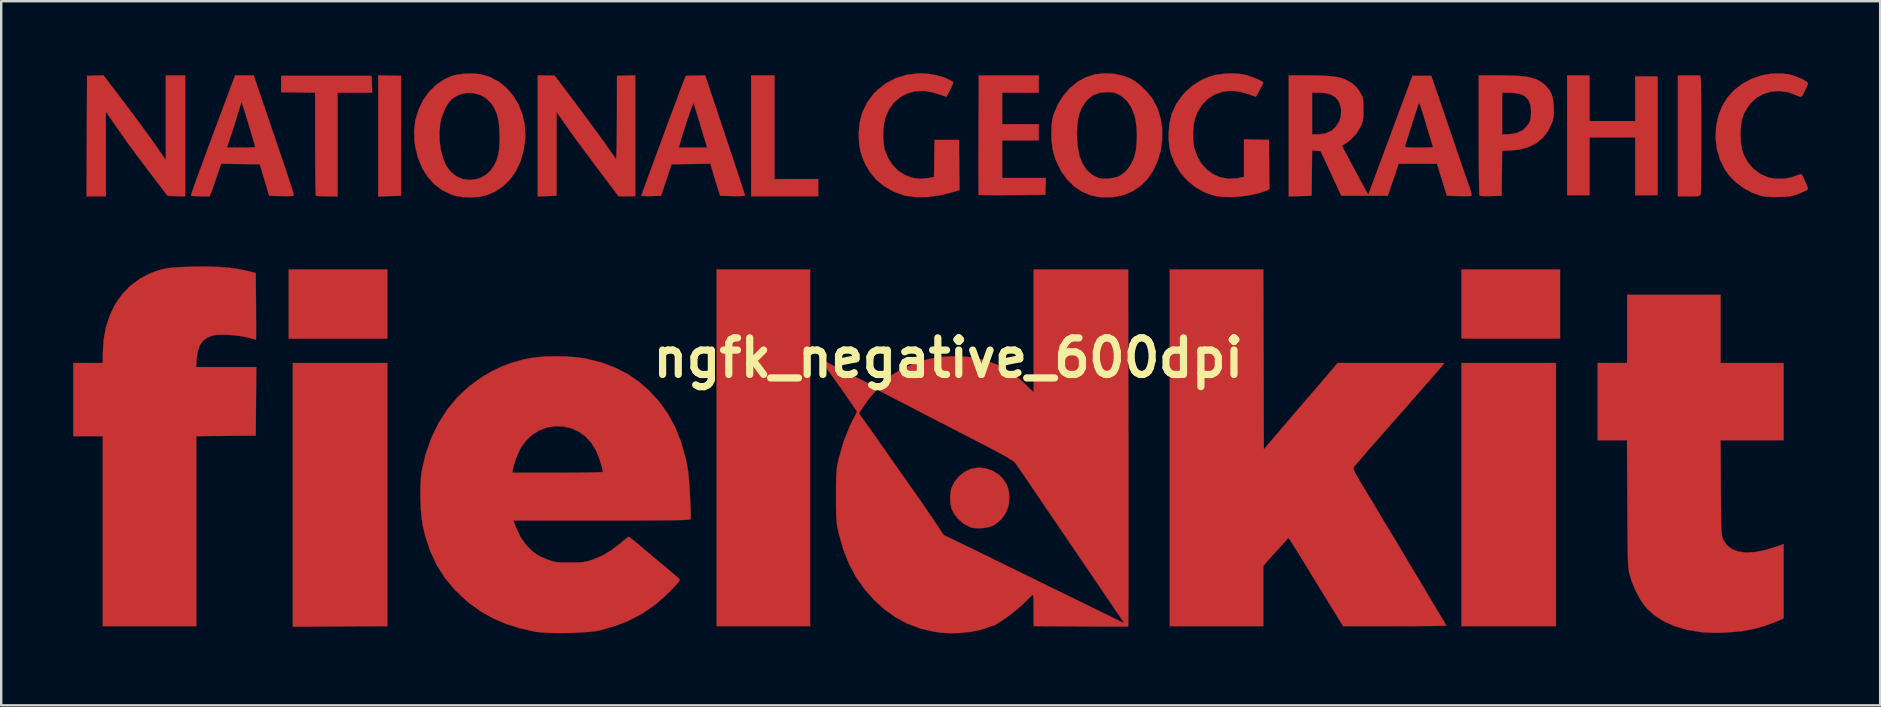
<source format=kicad_pcb>
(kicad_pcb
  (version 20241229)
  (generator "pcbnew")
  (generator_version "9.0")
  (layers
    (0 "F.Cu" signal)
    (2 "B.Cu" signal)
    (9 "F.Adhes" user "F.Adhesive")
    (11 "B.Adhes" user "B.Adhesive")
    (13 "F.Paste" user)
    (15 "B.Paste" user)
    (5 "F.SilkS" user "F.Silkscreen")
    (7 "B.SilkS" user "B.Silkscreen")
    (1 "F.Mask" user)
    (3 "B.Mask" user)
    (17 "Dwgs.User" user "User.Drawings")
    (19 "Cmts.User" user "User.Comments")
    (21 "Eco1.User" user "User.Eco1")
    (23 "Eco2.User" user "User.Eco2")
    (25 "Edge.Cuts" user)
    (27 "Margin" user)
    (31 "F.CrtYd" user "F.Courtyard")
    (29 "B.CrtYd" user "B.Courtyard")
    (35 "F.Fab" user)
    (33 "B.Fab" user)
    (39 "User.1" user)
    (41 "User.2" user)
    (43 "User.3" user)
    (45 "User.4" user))
  (footprint "ngfk_negative_600dpi"
    (layer "F.Cu")
    (at 36.454 11.859)
    (property "Reference" "ngfk_negative_600dpi" (at 0 0 0) (layer "F.SilkS") (effects (font (size 1.524 1.524) (thickness 0.3))))
    (attr through_hole)
    (fp_poly (pts (xy -23.368 -0.804) (xy -27.474 -0.804) (xy -27.474 -3.683) (xy -23.368 -3.683) (xy -23.368 -0.804)) (stroke (width 0.01) (type solid)) (fill yes) (layer "F.Cu"))
    (fp_poly (pts (xy -5.757 11.176) (xy -9.652 11.176) (xy -9.652 -3.683) (xy -5.757 -3.683) (xy -5.757 11.176)) (stroke (width 0.01) (type solid)) (fill yes) (layer "F.Cu"))
    (fp_poly (pts (xy 25.315 11.176) (xy 21.378 11.176) (xy 21.378 0.212) (xy 25.315 0.212) (xy 25.315 11.176)) (stroke (width 0.01) (type solid)) (fill yes) (layer "F.Cu"))
    (fp_poly (pts (xy 25.485 -0.804) (xy 21.378 -0.804) (xy 21.378 -3.683) (xy 25.485 -3.683) (xy 25.485 -0.804)) (stroke (width 0.01) (type solid)) (fill yes) (layer "F.Cu"))
    (fp_poly (pts (xy -23.368 11.174) (xy -25.337 11.186) (xy -27.305 11.197) (xy -27.305 5.704) (xy -27.305 0.212) (xy -23.368 0.212) (xy -23.368 11.174)) (stroke (width 0.01) (type solid)) (fill yes) (layer "F.Cu"))
    (fp_poly (pts (xy -23.273 -11.759) (xy -22.797 -11.748) (xy -22.797 -6.752) (xy -23.273 -6.74) (xy -23.749 -6.728) (xy -23.749 -11.771) (xy -23.273 -11.759)) (stroke (width 0.01) (type solid)) (fill yes) (layer "F.Cu"))
    (fp_poly (pts (xy -7.239 -7.451) (xy -5.419 -7.451) (xy -5.419 -6.731) (xy -8.213 -6.731) (xy -8.213 -11.769) (xy -7.239 -11.769) (xy -7.239 -7.451)) (stroke (width 0.01) (type solid)) (fill yes) (layer "F.Cu"))
    (fp_poly (pts (xy 26.712 -9.864) (xy 28.617 -9.864) (xy 28.617 -11.726) (xy 29.549 -11.726) (xy 29.549 -6.773) (xy 28.617 -6.773) (xy 28.617 -9.186) (xy 26.712 -9.186) (xy 26.712 -6.773) (xy 25.781 -6.773) (xy 25.781 -11.769) (xy 26.712 -11.769) (xy 26.712 -9.864)) (stroke (width 0.01) (type solid)) (fill yes) (layer "F.Cu"))
    (fp_poly (pts (xy -24.012 -11.398) (xy -24 -11.049) (xy -25.442 -11.049) (xy -25.442 -6.731) (xy -25.88 -6.731) (xy -26.064 -6.734) (xy -26.216 -6.741) (xy -26.316 -6.751) (xy -26.345 -6.759) (xy -26.351 -6.806) (xy -26.356 -6.929) (xy -26.361 -7.121) (xy -26.365 -7.372) (xy -26.368 -7.676) (xy -26.371 -8.024) (xy -26.373 -8.408) (xy -26.374 -8.82) (xy -26.374 -8.917) (xy -26.374 -11.047) (xy -27.083 -11.059) (xy -27.792 -11.07) (xy -27.792 -11.748) (xy -24.024 -11.748) (xy -24.012 -11.398)) (stroke (width 0.01) (type solid)) (fill yes) (layer "F.Cu"))
    (fp_poly (pts (xy 31.343 -11.636) (xy 31.348 -11.567) (xy 31.353 -11.424) (xy 31.357 -11.216) (xy 31.36 -10.952) (xy 31.363 -10.643) (xy 31.365 -10.298) (xy 31.367 -9.927) (xy 31.368 -9.538) (xy 31.368 -9.142) (xy 31.367 -8.749) (xy 31.366 -8.367) (xy 31.365 -8.006) (xy 31.362 -7.676) (xy 31.359 -7.387) (xy 31.355 -7.147) (xy 31.351 -6.967) (xy 31.346 -6.856) (xy 31.342 -6.826) (xy 31.327 -6.784) (xy 31.296 -6.757) (xy 31.236 -6.741) (xy 31.129 -6.733) (xy 30.961 -6.731) (xy 30.856 -6.731) (xy 30.395 -6.731) (xy 30.395 -11.769) (xy 31.316 -11.769) (xy 31.343 -11.636)) (stroke (width 0.01) (type solid)) (fill yes) (layer "F.Cu"))
    (fp_poly (pts (xy 2.52 -11.769) (xy 3.768 -11.769) (xy 3.768 -11.049) (xy 2.244 -11.049) (xy 2.244 -9.737) (xy 3.768 -9.737) (xy 3.768 -9.059) (xy 2.244 -9.059) (xy 2.244 -7.493) (xy 4.067 -7.493) (xy 4.055 -7.144) (xy 4.043 -6.795) (xy 2.664 -6.783) (xy 2.331 -6.781) (xy 2.026 -6.78) (xy 1.759 -6.781) (xy 1.539 -6.782) (xy 1.379 -6.784) (xy 1.286 -6.788) (xy 1.267 -6.79) (xy 1.264 -6.835) (xy 1.261 -6.957) (xy 1.259 -7.148) (xy 1.258 -7.401) (xy 1.257 -7.71) (xy 1.257 -8.065) (xy 1.257 -8.461) (xy 1.259 -8.889) (xy 1.26 -9.289) (xy 1.271 -11.769) (xy 2.52 -11.769)) (stroke (width 0.01) (type solid)) (fill yes) (layer "F.Cu"))
    (fp_poly (pts (xy 1.585 4.608) (xy 1.87 4.713) (xy 2.123 4.88) (xy 2.291 5.056) (xy 2.419 5.252) (xy 2.496 5.449) (xy 2.533 5.678) (xy 2.54 5.868) (xy 2.499 6.19) (xy 2.383 6.482) (xy 2.198 6.734) (xy 1.952 6.934) (xy 1.856 6.988) (xy 1.674 7.052) (xy 1.449 7.09) (xy 1.215 7.1) (xy 1.007 7.078) (xy 0.919 7.054) (xy 0.643 6.91) (xy 0.406 6.708) (xy 0.223 6.462) (xy 0.129 6.252) (xy 0.09 6.057) (xy 0.078 5.824) (xy 0.094 5.594) (xy 0.129 5.432) (xy 0.257 5.166) (xy 0.45 4.931) (xy 0.69 4.742) (xy 0.958 4.619) (xy 0.992 4.609) (xy 1.286 4.571) (xy 1.585 4.608)) (stroke (width 0.01) (type solid)) (fill yes) (layer "F.Cu"))
    (fp_poly (pts (xy -34.926 -11.421) (xy -34.596 -10.989) (xy -34.272 -10.561) (xy -33.963 -10.149) (xy -33.676 -9.762) (xy -33.417 -9.41) (xy -33.195 -9.102) (xy -33.016 -8.85) (xy -32.989 -8.811) (xy -32.597 -8.244) (xy -32.597 -11.769) (xy -31.792 -11.769) (xy -31.792 -6.728) (xy -32.159 -6.74) (xy -32.525 -6.752) (xy -33.281 -7.747) (xy -33.484 -8.015) (xy -33.68 -8.276) (xy -33.861 -8.517) (xy -34.017 -8.727) (xy -34.141 -8.894) (xy -34.222 -9.008) (xy -34.229 -9.017) (xy -34.329 -9.16) (xy -34.461 -9.348) (xy -34.607 -9.558) (xy -34.752 -9.766) (xy -34.758 -9.775) (xy -35.094 -10.258) (xy -35.094 -6.731) (xy -35.899 -6.731) (xy -35.877 -11.748) (xy -35.536 -11.76) (xy -35.195 -11.772) (xy -34.926 -11.421)) (stroke (width 0.01) (type solid)) (fill yes) (layer "F.Cu"))
    (fp_poly (pts (xy -13.039 -6.731) (xy -13.388 -6.732) (xy -13.737 -6.734) (xy -14.318 -7.505) (xy -14.738 -8.063) (xy -15.107 -8.558) (xy -15.425 -8.988) (xy -15.692 -9.354) (xy -15.907 -9.655) (xy -16.061 -9.877) (xy -16.164 -10.028) (xy -16.248 -10.149) (xy -16.301 -10.225) (xy -16.315 -10.245) (xy -16.316 -10.204) (xy -16.317 -10.087) (xy -16.318 -9.903) (xy -16.318 -9.661) (xy -16.319 -9.37) (xy -16.319 -9.038) (xy -16.319 -8.675) (xy -16.32 -8.498) (xy -16.32 -6.752) (xy -16.711 -6.74) (xy -17.103 -6.728) (xy -17.103 -11.769) (xy -16.753 -11.766) (xy -16.404 -11.764) (xy -16.253 -11.565) (xy -15.99 -11.217) (xy -15.718 -10.856) (xy -15.446 -10.492) (xy -15.18 -10.136) (xy -14.93 -9.797) (xy -14.701 -9.486) (xy -14.501 -9.213) (xy -14.338 -8.987) (xy -14.225 -8.826) (xy -14.097 -8.644) (xy -13.985 -8.485) (xy -13.899 -8.363) (xy -13.848 -8.293) (xy -13.839 -8.281) (xy -13.832 -8.314) (xy -13.826 -8.423) (xy -13.82 -8.599) (xy -13.814 -8.835) (xy -13.81 -9.121) (xy -13.807 -9.448) (xy -13.805 -9.809) (xy -13.804 -9.996) (xy -13.801 -11.748) (xy -13.039 -11.772) (xy -13.039 -6.731)) (stroke (width 0.01) (type solid)) (fill yes) (layer "F.Cu"))
    (fp_poly (pts (xy -30.42 -3.79) (xy -29.983 -3.758) (xy -29.593 -3.705) (xy -29.238 -3.632) (xy -29.215 -3.626) (xy -28.85 -3.535) (xy -28.839 -2.148) (xy -28.837 -1.815) (xy -28.836 -1.511) (xy -28.835 -1.246) (xy -28.836 -1.028) (xy -28.838 -0.87) (xy -28.841 -0.779) (xy -28.843 -0.762) (xy -28.888 -0.772) (xy -28.994 -0.798) (xy -29.142 -0.836) (xy -29.193 -0.849) (xy -29.439 -0.9) (xy -29.716 -0.938) (xy -30.001 -0.961) (xy -30.269 -0.968) (xy -30.498 -0.957) (xy -30.634 -0.934) (xy -30.873 -0.844) (xy -31.056 -0.705) (xy -31.188 -0.509) (xy -31.273 -0.25) (xy -31.313 0.041) (xy -31.339 0.381) (xy -28.828 0.381) (xy -28.839 1.81) (xy -28.85 3.239) (xy -31.327 3.261) (xy -31.327 11.176) (xy -35.221 11.176) (xy -35.221 3.26) (xy -36.449 3.26) (xy -36.449 0.212) (xy -35.221 0.212) (xy -35.221 -0.185) (xy -35.187 -0.76) (xy -35.085 -1.3) (xy -34.918 -1.801) (xy -34.691 -2.257) (xy -34.405 -2.663) (xy -34.064 -3.012) (xy -33.671 -3.3) (xy -33.398 -3.448) (xy -33.171 -3.55) (xy -32.96 -3.629) (xy -32.748 -3.689) (xy -32.52 -3.733) (xy -32.259 -3.764) (xy -31.949 -3.784) (xy -31.574 -3.797) (xy -31.484 -3.799) (xy -30.917 -3.804) (xy -30.42 -3.79)) (stroke (width 0.01) (type solid)) (fill yes) (layer "F.Cu"))
    (fp_poly (pts (xy 22.976 -11.768) (xy 23.404 -11.763) (xy 23.757 -11.747) (xy 24.048 -11.718) (xy 24.287 -11.673) (xy 24.485 -11.61) (xy 24.652 -11.526) (xy 24.798 -11.42) (xy 24.885 -11.341) (xy 25.029 -11.177) (xy 25.126 -11.005) (xy 25.186 -10.802) (xy 25.217 -10.547) (xy 25.222 -10.456) (xy 25.227 -10.237) (xy 25.218 -10.072) (xy 25.191 -9.931) (xy 25.155 -9.814) (xy 24.99 -9.461) (xy 24.767 -9.169) (xy 24.489 -8.94) (xy 24.157 -8.775) (xy 23.773 -8.675) (xy 23.485 -8.646) (xy 23.073 -8.626) (xy 23.05 -6.752) (xy 22.604 -6.74) (xy 22.417 -6.738) (xy 22.263 -6.741) (xy 22.16 -6.749) (xy 22.128 -6.758) (xy 22.122 -6.804) (xy 22.117 -6.928) (xy 22.113 -7.122) (xy 22.108 -7.377) (xy 22.105 -7.687) (xy 22.102 -8.045) (xy 22.1 -8.441) (xy 22.098 -8.871) (xy 22.098 -9.278) (xy 22.098 -11.049) (xy 23.072 -11.049) (xy 23.072 -9.313) (xy 23.276 -9.313) (xy 23.445 -9.327) (xy 23.63 -9.36) (xy 23.694 -9.377) (xy 23.913 -9.478) (xy 24.061 -9.609) (xy 24.166 -9.741) (xy 24.232 -9.87) (xy 24.266 -10.024) (xy 24.278 -10.228) (xy 24.278 -10.287) (xy 24.249 -10.551) (xy 24.162 -10.756) (xy 24.015 -10.906) (xy 23.804 -11.001) (xy 23.527 -11.045) (xy 23.401 -11.049) (xy 23.072 -11.049) (xy 22.098 -11.049) (xy 22.098 -11.769) (xy 22.976 -11.768)) (stroke (width 0.01) (type solid)) (fill yes) (layer "F.Cu"))
    (fp_poly (pts (xy 32.173 0.212) (xy 34.798 0.212) (xy 34.798 3.429) (xy 32.169 3.429) (xy 32.182 5.408) (xy 32.185 5.869) (xy 32.188 6.253) (xy 32.191 6.568) (xy 32.195 6.822) (xy 32.2 7.023) (xy 32.206 7.178) (xy 32.215 7.296) (xy 32.225 7.385) (xy 32.239 7.452) (xy 32.255 7.506) (xy 32.274 7.553) (xy 32.29 7.586) (xy 32.439 7.806) (xy 32.647 7.966) (xy 32.911 8.067) (xy 33.227 8.109) (xy 33.594 8.09) (xy 34.008 8.01) (xy 34.385 7.898) (xy 34.798 7.758) (xy 34.798 9.308) (xy 34.797 10.858) (xy 34.47 10.994) (xy 34.012 11.165) (xy 33.556 11.291) (xy 33.081 11.378) (xy 32.561 11.431) (xy 32.258 11.447) (xy 32.01 11.451) (xy 31.752 11.448) (xy 31.516 11.439) (xy 31.369 11.427) (xy 30.806 11.334) (xy 30.294 11.188) (xy 29.838 10.99) (xy 29.442 10.743) (xy 29.113 10.449) (xy 29.031 10.357) (xy 28.829 10.07) (xy 28.642 9.724) (xy 28.483 9.345) (xy 28.399 9.081) (xy 28.379 9.01) (xy 28.363 8.941) (xy 28.349 8.867) (xy 28.337 8.781) (xy 28.327 8.677) (xy 28.319 8.546) (xy 28.312 8.383) (xy 28.307 8.18) (xy 28.303 7.93) (xy 28.299 7.626) (xy 28.296 7.261) (xy 28.293 6.828) (xy 28.29 6.321) (xy 28.289 6.085) (xy 28.274 3.429) (xy 27.051 3.429) (xy 27.051 0.212) (xy 28.279 0.212) (xy 28.279 -2.625) (xy 32.173 -2.625) (xy 32.173 0.212)) (stroke (width 0.01) (type solid)) (fill yes) (layer "F.Cu"))
    (fp_poly (pts (xy -0.818 -11.833) (xy -0.509 -11.779) (xy -0.216 -11.696) (xy 0.037 -11.591) (xy 0.209 -11.485) (xy 0.199 -11.445) (xy 0.159 -11.35) (xy 0.099 -11.221) (xy 0.029 -11.078) (xy -0.042 -10.941) (xy -0.073 -10.885) (xy -0.113 -10.891) (xy -0.213 -10.921) (xy -0.353 -10.97) (xy -0.39 -10.984) (xy -0.682 -11.07) (xy -0.982 -11.118) (xy -1.016 -11.121) (xy -1.38 -11.107) (xy -1.716 -11.016) (xy -2.017 -10.853) (xy -2.274 -10.625) (xy -2.48 -10.336) (xy -2.628 -9.991) (xy -2.628 -9.99) (xy -2.678 -9.758) (xy -2.706 -9.477) (xy -2.711 -9.182) (xy -2.691 -8.904) (xy -2.653 -8.697) (xy -2.519 -8.346) (xy -2.328 -8.045) (xy -2.088 -7.8) (xy -1.808 -7.617) (xy -1.497 -7.501) (xy -1.163 -7.459) (xy -0.836 -7.491) (xy -0.595 -7.541) (xy -0.583 -8.311) (xy -0.572 -9.081) (xy 0.445 -9.081) (xy 0.456 -8.035) (xy 0.467 -6.989) (xy 0.168 -6.9) (xy -0.362 -6.77) (xy -0.867 -6.702) (xy -1.337 -6.695) (xy -1.762 -6.752) (xy -1.847 -6.772) (xy -2.278 -6.926) (xy -2.666 -7.147) (xy -3.003 -7.428) (xy -3.281 -7.764) (xy -3.468 -8.092) (xy -3.588 -8.378) (xy -3.667 -8.643) (xy -3.712 -8.92) (xy -3.73 -9.239) (xy -3.731 -9.349) (xy -3.692 -9.813) (xy -3.574 -10.243) (xy -3.38 -10.64) (xy -3.108 -11.002) (xy -2.944 -11.168) (xy -2.584 -11.448) (xy -2.181 -11.655) (xy -1.739 -11.79) (xy -1.259 -11.849) (xy -1.119 -11.853) (xy -0.818 -11.833)) (stroke (width 0.01) (type solid)) (fill yes) (layer "F.Cu"))
    (fp_poly (pts (xy -9.298 -9.283) (xy -9.151 -8.843) (xy -9.012 -8.427) (xy -8.884 -8.042) (xy -8.769 -7.694) (xy -8.669 -7.391) (xy -8.587 -7.139) (xy -8.524 -6.946) (xy -8.483 -6.818) (xy -8.467 -6.763) (xy -8.466 -6.761) (xy -8.506 -6.75) (xy -8.614 -6.742) (xy -8.775 -6.738) (xy -8.971 -6.74) (xy -8.985 -6.74) (xy -9.504 -6.752) (xy -9.617 -7.112) (xy -9.684 -7.326) (xy -9.754 -7.557) (xy -9.814 -7.759) (xy -9.82 -7.78) (xy -9.91 -8.087) (xy -10.719 -8.076) (xy -11.529 -8.065) (xy -11.747 -7.408) (xy -11.966 -6.752) (xy -12.375 -6.74) (xy -12.55 -6.738) (xy -12.687 -6.743) (xy -12.769 -6.754) (xy -12.785 -6.764) (xy -12.77 -6.807) (xy -12.73 -6.922) (xy -12.666 -7.099) (xy -12.581 -7.33) (xy -12.48 -7.608) (xy -12.364 -7.922) (xy -12.238 -8.266) (xy -12.104 -8.63) (xy -12.054 -8.763) (xy -11.228 -8.763) (xy -10.045 -8.763) (xy -10.317 -9.663) (xy -10.397 -9.928) (xy -10.47 -10.167) (xy -10.532 -10.37) (xy -10.578 -10.521) (xy -10.605 -10.61) (xy -10.61 -10.626) (xy -10.627 -10.602) (xy -10.665 -10.511) (xy -10.719 -10.363) (xy -10.786 -10.173) (xy -10.86 -9.953) (xy -10.938 -9.715) (xy -11.016 -9.473) (xy -11.09 -9.238) (xy -11.154 -9.024) (xy -11.201 -8.858) (xy -11.228 -8.763) (xy -12.054 -8.763) (xy -11.964 -9.006) (xy -11.824 -9.386) (xy -11.685 -9.762) (xy -11.55 -10.125) (xy -11.423 -10.466) (xy -11.307 -10.778) (xy -11.204 -11.051) (xy -11.119 -11.278) (xy -11.054 -11.451) (xy -11.012 -11.557) (xy -10.937 -11.748) (xy -10.129 -11.772) (xy -9.298 -9.283)) (stroke (width 0.01) (type solid)) (fill yes) (layer "F.Cu"))
    (fp_poly (pts (xy 12.087 -11.839) (xy 12.286 -11.81) (xy 12.437 -11.772) (xy 12.607 -11.716) (xy 12.78 -11.652) (xy 12.935 -11.586) (xy 13.053 -11.526) (xy 13.117 -11.481) (xy 13.123 -11.468) (xy 13.105 -11.419) (xy 13.058 -11.322) (xy 12.994 -11.199) (xy 12.925 -11.071) (xy 12.862 -10.962) (xy 12.819 -10.893) (xy 12.807 -10.88) (xy 12.764 -10.894) (xy 12.663 -10.93) (xy 12.525 -10.982) (xy 12.504 -10.99) (xy 12.119 -11.097) (xy 11.748 -11.127) (xy 11.4 -11.081) (xy 11.08 -10.965) (xy 10.798 -10.78) (xy 10.56 -10.531) (xy 10.373 -10.22) (xy 10.28 -9.98) (xy 10.226 -9.73) (xy 10.198 -9.434) (xy 10.198 -9.128) (xy 10.226 -8.848) (xy 10.244 -8.759) (xy 10.365 -8.403) (xy 10.544 -8.094) (xy 10.774 -7.84) (xy 11.046 -7.646) (xy 11.352 -7.518) (xy 11.682 -7.461) (xy 12.028 -7.482) (xy 12.076 -7.491) (xy 12.319 -7.541) (xy 12.319 -9.104) (xy 12.838 -9.092) (xy 13.356 -9.081) (xy 13.368 -8.052) (xy 13.379 -7.024) (xy 13.223 -6.958) (xy 12.913 -6.854) (xy 12.553 -6.775) (xy 12.169 -6.722) (xy 11.784 -6.699) (xy 11.424 -6.707) (xy 11.114 -6.75) (xy 11.099 -6.753) (xy 10.692 -6.889) (xy 10.314 -7.097) (xy 9.975 -7.37) (xy 9.684 -7.698) (xy 9.45 -8.072) (xy 9.281 -8.484) (xy 9.249 -8.597) (xy 9.207 -8.825) (xy 9.183 -9.107) (xy 9.178 -9.314) (xy 9.211 -9.771) (xy 9.313 -10.185) (xy 9.488 -10.565) (xy 9.741 -10.924) (xy 9.868 -11.067) (xy 10.18 -11.349) (xy 10.539 -11.572) (xy 10.869 -11.715) (xy 11.133 -11.786) (xy 11.445 -11.833) (xy 11.774 -11.851) (xy 12.087 -11.839)) (stroke (width 0.01) (type solid)) (fill yes) (layer "F.Cu"))
    (fp_poly (pts (xy -19.683 -11.84) (xy -19.463 -11.813) (xy -19.462 -11.813) (xy -19.071 -11.69) (xy -18.714 -11.496) (xy -18.399 -11.239) (xy -18.129 -10.926) (xy -17.91 -10.566) (xy -17.749 -10.167) (xy -17.65 -9.737) (xy -17.619 -9.284) (xy -17.625 -9.123) (xy -17.692 -8.634) (xy -17.821 -8.187) (xy -18.01 -7.786) (xy -18.254 -7.438) (xy -18.549 -7.148) (xy -18.892 -6.922) (xy -19.252 -6.773) (xy -19.542 -6.711) (xy -19.868 -6.686) (xy -20.2 -6.697) (xy -20.505 -6.744) (xy -20.659 -6.788) (xy -21.049 -6.969) (xy -21.39 -7.217) (xy -21.679 -7.528) (xy -21.913 -7.899) (xy -22.09 -8.324) (xy -22.207 -8.801) (xy -22.238 -9.024) (xy -22.249 -9.395) (xy -21.2 -9.395) (xy -21.19 -9.009) (xy -21.135 -8.637) (xy -21.04 -8.296) (xy -20.909 -8.001) (xy -20.743 -7.768) (xy -20.73 -7.754) (xy -20.493 -7.563) (xy -20.223 -7.449) (xy -19.931 -7.412) (xy -19.625 -7.455) (xy -19.499 -7.495) (xy -19.255 -7.63) (xy -19.044 -7.833) (xy -18.889 -8.073) (xy -18.807 -8.262) (xy -18.75 -8.456) (xy -18.713 -8.677) (xy -18.695 -8.945) (xy -18.69 -9.229) (xy -18.703 -9.611) (xy -18.744 -9.929) (xy -18.817 -10.197) (xy -18.927 -10.432) (xy -19.042 -10.605) (xy -19.249 -10.813) (xy -19.497 -10.955) (xy -19.771 -11.031) (xy -20.056 -11.039) (xy -20.337 -10.977) (xy -20.6 -10.844) (xy -20.681 -10.783) (xy -20.801 -10.65) (xy -20.921 -10.456) (xy -21.03 -10.227) (xy -21.116 -9.986) (xy -21.164 -9.779) (xy -21.2 -9.395) (xy -22.249 -9.395) (xy -22.252 -9.481) (xy -22.194 -9.923) (xy -22.069 -10.342) (xy -21.883 -10.727) (xy -21.64 -11.071) (xy -21.346 -11.364) (xy -21.007 -11.598) (xy -20.68 -11.745) (xy -20.476 -11.796) (xy -20.221 -11.83) (xy -19.946 -11.845) (xy -19.683 -11.84)) (stroke (width 0.01) (type solid)) (fill yes) (layer "F.Cu"))
    (fp_poly (pts (xy -29.322 -11.768) (xy -28.935 -11.768) (xy -28.709 -11.102) (xy -28.646 -10.916) (xy -28.56 -10.662) (xy -28.454 -10.354) (xy -28.335 -10.003) (xy -28.205 -9.622) (xy -28.069 -9.224) (xy -27.932 -8.82) (xy -27.873 -8.647) (xy -27.746 -8.275) (xy -27.628 -7.926) (xy -27.522 -7.608) (xy -27.431 -7.331) (xy -27.356 -7.103) (xy -27.302 -6.931) (xy -27.27 -6.825) (xy -27.263 -6.794) (xy -27.273 -6.766) (xy -27.314 -6.748) (xy -27.398 -6.739) (xy -27.538 -6.736) (xy -27.748 -6.74) (xy -27.776 -6.74) (xy -28.29 -6.752) (xy -28.486 -7.408) (xy -28.683 -8.065) (xy -29.489 -8.076) (xy -30.295 -8.087) (xy -30.476 -7.547) (xy -30.549 -7.333) (xy -30.617 -7.137) (xy -30.673 -6.978) (xy -30.711 -6.877) (xy -30.715 -6.869) (xy -30.772 -6.731) (xy -31.153 -6.731) (xy -31.323 -6.734) (xy -31.458 -6.743) (xy -31.538 -6.756) (xy -31.551 -6.763) (xy -31.54 -6.807) (xy -31.501 -6.924) (xy -31.438 -7.106) (xy -31.352 -7.347) (xy -31.246 -7.64) (xy -31.122 -7.978) (xy -30.983 -8.355) (xy -30.832 -8.763) (xy -30.832 -8.763) (xy -30.051 -8.763) (xy -29.461 -8.763) (xy -29.249 -8.765) (xy -29.07 -8.769) (xy -28.941 -8.775) (xy -28.876 -8.783) (xy -28.871 -8.786) (xy -28.883 -8.833) (xy -28.915 -8.947) (xy -28.964 -9.112) (xy -29.024 -9.316) (xy -29.093 -9.545) (xy -29.165 -9.783) (xy -29.236 -10.018) (xy -29.303 -10.235) (xy -29.36 -10.421) (xy -29.404 -10.561) (xy -29.431 -10.641) (xy -29.436 -10.654) (xy -29.453 -10.622) (xy -29.488 -10.524) (xy -29.535 -10.375) (xy -29.588 -10.199) (xy -29.663 -9.95) (xy -29.753 -9.664) (xy -29.842 -9.386) (xy -29.889 -9.246) (xy -30.051 -8.763) (xy -30.832 -8.763) (xy -30.671 -9.196) (xy -30.639 -9.282) (xy -29.709 -11.769) (xy -29.322 -11.768)) (stroke (width 0.01) (type solid)) (fill yes) (layer "F.Cu"))
    (fp_poly (pts (xy 6.899 -11.834) (xy 7.293 -11.75) (xy 7.617 -11.622) (xy 7.817 -11.496) (xy 8.036 -11.318) (xy 8.249 -11.11) (xy 8.434 -10.893) (xy 8.517 -10.777) (xy 8.712 -10.401) (xy 8.844 -9.981) (xy 8.91 -9.534) (xy 8.909 -9.071) (xy 8.84 -8.608) (xy 8.732 -8.236) (xy 8.539 -7.809) (xy 8.293 -7.448) (xy 7.997 -7.153) (xy 7.655 -6.928) (xy 7.271 -6.774) (xy 6.847 -6.694) (xy 6.387 -6.689) (xy 6.329 -6.694) (xy 5.936 -6.771) (xy 5.57 -6.925) (xy 5.237 -7.15) (xy 4.943 -7.441) (xy 4.694 -7.792) (xy 4.495 -8.199) (xy 4.393 -8.496) (xy 4.339 -8.749) (xy 4.305 -9.044) (xy 4.294 -9.313) (xy 5.356 -9.313) (xy 5.382 -8.844) (xy 5.457 -8.442) (xy 5.583 -8.107) (xy 5.759 -7.838) (xy 5.986 -7.633) (xy 6.244 -7.5) (xy 6.413 -7.466) (xy 6.626 -7.465) (xy 6.851 -7.493) (xy 7.058 -7.547) (xy 7.141 -7.582) (xy 7.354 -7.732) (xy 7.542 -7.952) (xy 7.693 -8.228) (xy 7.758 -8.403) (xy 7.818 -8.666) (xy 7.851 -8.982) (xy 7.858 -9.321) (xy 7.839 -9.655) (xy 7.794 -9.956) (xy 7.757 -10.102) (xy 7.626 -10.43) (xy 7.457 -10.688) (xy 7.244 -10.882) (xy 7.153 -10.939) (xy 7.017 -11.01) (xy 6.898 -11.05) (xy 6.761 -11.067) (xy 6.603 -11.07) (xy 6.301 -11.042) (xy 6.05 -10.952) (xy 5.836 -10.794) (xy 5.703 -10.644) (xy 5.557 -10.414) (xy 5.453 -10.158) (xy 5.389 -9.861) (xy 5.359 -9.507) (xy 5.356 -9.313) (xy 4.294 -9.313) (xy 4.293 -9.356) (xy 4.302 -9.659) (xy 4.332 -9.927) (xy 4.377 -10.118) (xy 4.555 -10.539) (xy 4.787 -10.914) (xy 5.064 -11.236) (xy 5.381 -11.498) (xy 5.728 -11.691) (xy 6.088 -11.806) (xy 6.489 -11.854) (xy 6.899 -11.834)) (stroke (width 0.01) (type solid)) (fill yes) (layer "F.Cu"))
    (fp_poly (pts (xy 35.012 -11.811) (xy 35.166 -11.771) (xy 35.337 -11.712) (xy 35.506 -11.642) (xy 35.654 -11.569) (xy 35.763 -11.503) (xy 35.813 -11.451) (xy 35.814 -11.443) (xy 35.796 -11.377) (xy 35.749 -11.264) (xy 35.686 -11.131) (xy 35.621 -11.004) (xy 35.566 -10.912) (xy 35.555 -10.896) (xy 35.502 -10.88) (xy 35.398 -10.91) (xy 35.316 -10.947) (xy 34.975 -11.07) (xy 34.629 -11.118) (xy 34.289 -11.094) (xy 33.967 -10.999) (xy 33.675 -10.838) (xy 33.425 -10.613) (xy 33.283 -10.423) (xy 33.15 -10.181) (xy 33.064 -9.936) (xy 33.016 -9.663) (xy 33.001 -9.337) (xy 33.001 -9.313) (xy 33.014 -8.98) (xy 33.058 -8.703) (xy 33.138 -8.458) (xy 33.263 -8.222) (xy 33.316 -8.138) (xy 33.546 -7.869) (xy 33.831 -7.659) (xy 34.16 -7.518) (xy 34.182 -7.511) (xy 34.469 -7.463) (xy 34.783 -7.463) (xy 35.089 -7.51) (xy 35.3 -7.579) (xy 35.431 -7.627) (xy 35.524 -7.645) (xy 35.555 -7.637) (xy 35.588 -7.579) (xy 35.64 -7.47) (xy 35.699 -7.334) (xy 35.755 -7.199) (xy 35.797 -7.088) (xy 35.814 -7.028) (xy 35.814 -7.028) (xy 35.777 -6.997) (xy 35.679 -6.946) (xy 35.537 -6.883) (xy 35.465 -6.854) (xy 35.302 -6.793) (xy 35.164 -6.753) (xy 35.024 -6.728) (xy 34.856 -6.713) (xy 34.633 -6.705) (xy 34.608 -6.704) (xy 34.271 -6.704) (xy 34.009 -6.724) (xy 33.854 -6.753) (xy 33.481 -6.884) (xy 33.121 -7.081) (xy 32.792 -7.329) (xy 32.514 -7.615) (xy 32.35 -7.845) (xy 32.148 -8.26) (xy 32.02 -8.705) (xy 31.965 -9.166) (xy 31.985 -9.63) (xy 32.08 -10.084) (xy 32.248 -10.509) (xy 32.471 -10.864) (xy 32.758 -11.173) (xy 33.097 -11.431) (xy 33.477 -11.632) (xy 33.888 -11.771) (xy 34.318 -11.844) (xy 34.756 -11.845) (xy 35.012 -11.811)) (stroke (width 0.01) (type solid)) (fill yes) (layer "F.Cu"))
    (fp_poly (pts (xy 13.145 3.808) (xy 14.02 2.783) (xy 14.238 2.528) (xy 14.441 2.291) (xy 14.621 2.08) (xy 14.772 1.904) (xy 14.886 1.771) (xy 14.957 1.69) (xy 14.973 1.672) (xy 15.032 1.604) (xy 15.137 1.482) (xy 15.281 1.316) (xy 15.453 1.114) (xy 15.647 0.888) (xy 15.853 0.646) (xy 15.997 0.476) (xy 16.222 0.212) (xy 20.666 0.212) (xy 20.588 0.312) (xy 20.539 0.371) (xy 20.438 0.489) (xy 20.291 0.659) (xy 20.102 0.876) (xy 19.877 1.134) (xy 19.619 1.428) (xy 19.335 1.752) (xy 19.029 2.101) (xy 18.705 2.469) (xy 18.369 2.851) (xy 18.025 3.242) (xy 17.828 3.466) (xy 17.609 3.714) (xy 17.407 3.945) (xy 17.229 4.151) (xy 17.082 4.323) (xy 16.973 4.452) (xy 16.91 4.53) (xy 16.899 4.545) (xy 16.884 4.581) (xy 16.883 4.625) (xy 16.902 4.689) (xy 16.946 4.783) (xy 17.018 4.915) (xy 17.124 5.097) (xy 17.269 5.338) (xy 17.318 5.419) (xy 17.462 5.658) (xy 17.596 5.88) (xy 17.712 6.071) (xy 17.801 6.22) (xy 17.856 6.313) (xy 17.865 6.329) (xy 17.909 6.404) (xy 17.989 6.538) (xy 18.097 6.717) (xy 18.224 6.928) (xy 18.362 7.157) (xy 18.373 7.176) (xy 18.511 7.405) (xy 18.64 7.618) (xy 18.749 7.8) (xy 18.831 7.939) (xy 18.878 8.019) (xy 18.88 8.022) (xy 18.925 8.097) (xy 19.005 8.231) (xy 19.112 8.411) (xy 19.239 8.622) (xy 19.377 8.851) (xy 19.388 8.869) (xy 19.536 9.114) (xy 19.681 9.356) (xy 19.813 9.578) (xy 19.922 9.762) (xy 19.994 9.885) (xy 20.085 10.041) (xy 20.205 10.243) (xy 20.337 10.462) (xy 20.454 10.655) (xy 20.561 10.832) (xy 20.651 10.984) (xy 20.714 11.094) (xy 20.743 11.149) (xy 20.743 11.152) (xy 20.702 11.157) (xy 20.585 11.161) (xy 20.398 11.165) (xy 20.151 11.168) (xy 19.851 11.171) (xy 19.506 11.174) (xy 19.124 11.175) (xy 18.713 11.176) (xy 18.595 11.176) (xy 16.447 11.176) (xy 16.154 10.7) (xy 16.014 10.472) (xy 15.85 10.205) (xy 15.683 9.933) (xy 15.537 9.694) (xy 15.257 9.237) (xy 15.018 8.846) (xy 14.817 8.518) (xy 14.65 8.246) (xy 14.514 8.026) (xy 14.405 7.852) (xy 14.321 7.72) (xy 14.258 7.624) (xy 14.213 7.56) (xy 14.181 7.522) (xy 14.161 7.505) (xy 14.148 7.504) (xy 14.139 7.514) (xy 14.131 7.529) (xy 14.123 7.542) (xy 14.078 7.597) (xy 13.987 7.7) (xy 13.864 7.836) (xy 13.723 7.992) (xy 13.711 8.005) (xy 13.56 8.17) (xy 13.42 8.325) (xy 13.306 8.453) (xy 13.234 8.536) (xy 13.234 8.536) (xy 13.123 8.669) (xy 13.123 11.176) (xy 9.229 11.176) (xy 9.229 -3.683) (xy 13.123 -3.683) (xy 13.145 3.808)) (stroke (width 0.01) (type solid)) (fill yes) (layer "F.Cu"))
    (fp_poly (pts (xy 14.975 -11.768) (xy 15.382 -11.764) (xy 15.716 -11.751) (xy 15.989 -11.729) (xy 16.212 -11.696) (xy 16.397 -11.65) (xy 16.556 -11.591) (xy 16.572 -11.584) (xy 16.816 -11.448) (xy 17.001 -11.284) (xy 17.152 -11.07) (xy 17.168 -11.042) (xy 17.224 -10.936) (xy 17.26 -10.843) (xy 17.281 -10.741) (xy 17.29 -10.607) (xy 17.293 -10.417) (xy 17.293 -10.351) (xy 17.291 -10.135) (xy 17.282 -9.979) (xy 17.262 -9.86) (xy 17.228 -9.752) (xy 17.182 -9.647) (xy 17.002 -9.349) (xy 16.768 -9.094) (xy 16.578 -8.949) (xy 16.398 -8.835) (xy 16.839 -8.005) (xy 16.975 -7.751) (xy 17.104 -7.51) (xy 17.219 -7.297) (xy 17.312 -7.127) (xy 17.375 -7.012) (xy 17.388 -6.988) (xy 17.496 -6.801) (xy 17.582 -7.031) (xy 17.612 -7.113) (xy 17.669 -7.266) (xy 17.75 -7.483) (xy 17.851 -7.755) (xy 17.97 -8.074) (xy 18.103 -8.432) (xy 18.241 -8.802) (xy 19.023 -8.802) (xy 19.052 -8.784) (xy 19.123 -8.773) (xy 19.248 -8.766) (xy 19.438 -8.763) (xy 19.596 -8.763) (xy 19.81 -8.764) (xy 19.99 -8.767) (xy 20.121 -8.771) (xy 20.188 -8.777) (xy 20.193 -8.779) (xy 20.181 -8.824) (xy 20.151 -8.926) (xy 20.114 -9.043) (xy 20.075 -9.17) (xy 20.018 -9.357) (xy 19.949 -9.585) (xy 19.875 -9.834) (xy 19.83 -9.985) (xy 19.748 -10.256) (xy 19.683 -10.448) (xy 19.637 -10.565) (xy 19.606 -10.608) (xy 19.594 -10.599) (xy 19.572 -10.536) (xy 19.53 -10.405) (xy 19.47 -10.221) (xy 19.398 -9.997) (xy 19.319 -9.747) (xy 19.306 -9.707) (xy 19.226 -9.455) (xy 19.154 -9.228) (xy 19.093 -9.04) (xy 19.049 -8.904) (xy 19.025 -8.833) (xy 19.024 -8.828) (xy 19.023 -8.802) (xy 18.241 -8.802) (xy 18.248 -8.821) (xy 18.401 -9.233) (xy 18.502 -9.504) (xy 19.336 -11.748) (xy 20.121 -11.748) (xy 20.332 -11.134) (xy 20.396 -10.948) (xy 20.482 -10.696) (xy 20.586 -10.392) (xy 20.703 -10.05) (xy 20.828 -9.684) (xy 20.957 -9.308) (xy 21.063 -8.996) (xy 21.185 -8.637) (xy 21.304 -8.289) (xy 21.416 -7.964) (xy 21.516 -7.672) (xy 21.601 -7.426) (xy 21.667 -7.237) (xy 21.708 -7.119) (xy 21.771 -6.932) (xy 21.798 -6.813) (xy 21.793 -6.755) (xy 21.784 -6.747) (xy 21.723 -6.741) (xy 21.597 -6.737) (xy 21.425 -6.737) (xy 21.252 -6.74) (xy 20.771 -6.752) (xy 20.718 -6.921) (xy 20.684 -7.029) (xy 20.633 -7.195) (xy 20.571 -7.395) (xy 20.512 -7.588) (xy 20.359 -8.086) (xy 18.762 -8.086) (xy 18.309 -6.752) (xy 16.374 -6.752) (xy 15.942 -7.684) (xy 15.51 -8.615) (xy 15.334 -8.628) (xy 15.157 -8.641) (xy 15.146 -7.696) (xy 15.134 -6.752) (xy 14.658 -6.74) (xy 14.182 -6.728) (xy 14.182 -9.313) (xy 15.155 -9.313) (xy 15.348 -9.313) (xy 15.519 -9.325) (xy 15.697 -9.353) (xy 15.734 -9.362) (xy 15.956 -9.459) (xy 16.139 -9.62) (xy 16.274 -9.829) (xy 16.352 -10.073) (xy 16.365 -10.335) (xy 16.348 -10.453) (xy 16.266 -10.685) (xy 16.127 -10.858) (xy 15.928 -10.975) (xy 15.667 -11.036) (xy 15.462 -11.048) (xy 15.155 -11.049) (xy 15.155 -9.313) (xy 14.182 -9.313) (xy 14.182 -11.769) (xy 14.975 -11.768)) (stroke (width 0.01) (type solid)) (fill yes) (layer "F.Cu"))
    (fp_poly (pts (xy -15.98 -0.06) (xy -15.567 -0.033) (xy -15.197 0.013) (xy -15.09 0.033) (xy -14.457 0.19) (xy -13.885 0.401) (xy -13.363 0.668) (xy -12.881 0.999) (xy -12.489 1.338) (xy -12.059 1.802) (xy -11.69 2.315) (xy -11.383 2.879) (xy -11.134 3.499) (xy -10.943 4.178) (xy -10.858 4.593) (xy -10.838 4.732) (xy -10.818 4.926) (xy -10.799 5.161) (xy -10.78 5.421) (xy -10.763 5.692) (xy -10.749 5.959) (xy -10.739 6.208) (xy -10.733 6.423) (xy -10.732 6.591) (xy -10.737 6.696) (xy -10.741 6.72) (xy -10.761 6.73) (xy -10.816 6.738) (xy -10.91 6.746) (xy -11.048 6.752) (xy -11.233 6.758) (xy -11.471 6.762) (xy -11.767 6.766) (xy -12.123 6.768) (xy -12.545 6.771) (xy -13.038 6.772) (xy -13.605 6.773) (xy -14.251 6.773) (xy -14.439 6.773) (xy -18.117 6.773) (xy -18.018 7.048) (xy -17.832 7.446) (xy -17.586 7.796) (xy -17.286 8.088) (xy -17.102 8.219) (xy -17.011 8.266) (xy -16.869 8.33) (xy -16.704 8.396) (xy -16.679 8.406) (xy -16.544 8.454) (xy -16.428 8.488) (xy -16.309 8.509) (xy -16.165 8.52) (xy -15.976 8.525) (xy -15.769 8.526) (xy -15.52 8.524) (xy -15.333 8.517) (xy -15.185 8.502) (xy -15.054 8.477) (xy -14.918 8.438) (xy -14.838 8.412) (xy -14.438 8.249) (xy -14.056 8.026) (xy -13.671 7.734) (xy -13.648 7.715) (xy -13.513 7.602) (xy -13.402 7.513) (xy -13.331 7.46) (xy -13.314 7.451) (xy -13.274 7.476) (xy -13.186 7.543) (xy -13.065 7.639) (xy -12.927 7.752) (xy -12.789 7.867) (xy -12.665 7.973) (xy -12.636 7.998) (xy -12.579 8.048) (xy -12.468 8.141) (xy -12.313 8.27) (xy -12.128 8.425) (xy -11.922 8.596) (xy -11.874 8.635) (xy -11.671 8.805) (xy -11.491 8.957) (xy -11.344 9.083) (xy -11.24 9.175) (xy -11.188 9.224) (xy -11.185 9.229) (xy -11.204 9.284) (xy -11.277 9.384) (xy -11.395 9.518) (xy -11.546 9.676) (xy -11.722 9.847) (xy -11.911 10.022) (xy -12.103 10.19) (xy -12.277 10.331) (xy -12.758 10.658) (xy -13.304 10.942) (xy -13.904 11.177) (xy -14.52 11.353) (xy -14.718 11.388) (xy -14.983 11.416) (xy -15.295 11.438) (xy -15.638 11.453) (xy -15.992 11.461) (xy -16.34 11.462) (xy -16.664 11.454) (xy -16.945 11.438) (xy -17.165 11.413) (xy -17.204 11.407) (xy -17.85 11.262) (xy -18.431 11.078) (xy -18.961 10.851) (xy -19.454 10.573) (xy -19.924 10.238) (xy -20.081 10.11) (xy -20.56 9.659) (xy -20.967 9.172) (xy -21.304 8.641) (xy -21.577 8.063) (xy -21.786 7.431) (xy -21.895 6.966) (xy -21.938 6.685) (xy -21.969 6.35) (xy -21.988 5.984) (xy -21.993 5.61) (xy -21.986 5.252) (xy -21.964 4.933) (xy -21.944 4.784) (xy -18.168 4.784) (xy -16.281 4.784) (xy -15.89 4.783) (xy -15.527 4.781) (xy -15.199 4.778) (xy -14.916 4.774) (xy -14.686 4.769) (xy -14.517 4.763) (xy -14.418 4.757) (xy -14.394 4.752) (xy -14.411 4.634) (xy -14.454 4.465) (xy -14.515 4.268) (xy -14.585 4.069) (xy -14.658 3.894) (xy -14.672 3.864) (xy -14.871 3.537) (xy -15.117 3.272) (xy -15.4 3.07) (xy -15.71 2.932) (xy -16.036 2.857) (xy -16.37 2.845) (xy -16.701 2.896) (xy -17.02 3.011) (xy -17.315 3.189) (xy -17.579 3.43) (xy -17.8 3.735) (xy -17.863 3.851) (xy -17.997 4.16) (xy -18.102 4.485) (xy -18.14 4.646) (xy -18.168 4.784) (xy -21.944 4.784) (xy -21.933 4.699) (xy -21.767 3.991) (xy -21.532 3.328) (xy -21.232 2.713) (xy -20.87 2.149) (xy -20.446 1.639) (xy -19.964 1.187) (xy -19.426 0.797) (xy -19.014 0.559) (xy -18.596 0.359) (xy -18.194 0.205) (xy -17.769 0.084) (xy -17.557 0.035) (xy -17.224 -0.019) (xy -16.833 -0.053) (xy -16.41 -0.066) (xy -15.98 -0.06)) (stroke (width 0.01) (type solid)) (fill yes) (layer "F.Cu"))
    (fp_poly (pts (xy 7.503 3.751) (xy 7.504 4.537) (xy 7.505 5.301) (xy 7.506 6.037) (xy 7.506 6.742) (xy 7.506 7.411) (xy 7.506 8.039) (xy 7.505 8.623) (xy 7.505 9.159) (xy 7.504 9.642) (xy 7.503 10.067) (xy 7.501 10.43) (xy 7.5 10.728) (xy 7.498 10.956) (xy 7.496 11.109) (xy 7.494 11.184) (xy 7.493 11.191) (xy 7.448 11.192) (xy 7.326 11.192) (xy 7.137 11.192) (xy 6.888 11.192) (xy 6.589 11.191) (xy 6.247 11.19) (xy 5.871 11.188) (xy 5.514 11.186) (xy 3.556 11.174) (xy 3.556 10.519) (xy 3.554 10.294) (xy 3.55 10.103) (xy 3.544 9.959) (xy 3.536 9.877) (xy 3.531 9.864) (xy 3.492 9.892) (xy 3.41 9.966) (xy 3.3 10.073) (xy 3.266 10.108) (xy 3.111 10.257) (xy 2.925 10.423) (xy 2.747 10.573) (xy 2.73 10.587) (xy 2.595 10.69) (xy 2.44 10.802) (xy 2.279 10.913) (xy 2.126 11.014) (xy 1.996 11.095) (xy 1.904 11.147) (xy 1.863 11.16) (xy 1.863 11.158) (xy 1.827 11.163) (xy 1.734 11.194) (xy 1.611 11.242) (xy 1.297 11.342) (xy 0.925 11.414) (xy 0.52 11.457) (xy 0.103 11.469) (xy -0.3 11.448) (xy -0.583 11.409) (xy -1.166 11.27) (xy -1.699 11.072) (xy -2.194 10.808) (xy -2.663 10.471) (xy -3.075 10.099) (xy -3.487 9.64) (xy -3.838 9.138) (xy -4.132 8.588) (xy -4.373 7.983) (xy -4.563 7.314) (xy -4.599 7.154) (xy -4.625 7.022) (xy -4.645 6.883) (xy -4.659 6.723) (xy -4.669 6.529) (xy -4.674 6.287) (xy -4.677 5.984) (xy -4.677 5.736) (xy -4.676 5.404) (xy -4.674 5.143) (xy -4.669 4.936) (xy -4.66 4.768) (xy -4.646 4.626) (xy -4.626 4.495) (xy -4.599 4.358) (xy -4.563 4.202) (xy -4.557 4.176) (xy -4.359 3.483) (xy -4.102 2.839) (xy -3.974 2.577) (xy -3.835 2.309) (xy -3.722 2.309) (xy -3.301 2.901) (xy -3.143 3.123) (xy -2.984 3.348) (xy -2.84 3.553) (xy -2.723 3.721) (xy -2.676 3.789) (xy -2.588 3.916) (xy -2.462 4.096) (xy -2.31 4.313) (xy -2.142 4.55) (xy -1.971 4.793) (xy -1.947 4.826) (xy -1.629 5.277) (xy -1.348 5.677) (xy -1.094 6.044) (xy -0.853 6.395) (xy -0.614 6.747) (xy -0.514 6.896) (xy -0.191 7.379) (xy 0.445 7.685) (xy 0.63 7.775) (xy 0.878 7.895) (xy 1.176 8.041) (xy 1.51 8.204) (xy 1.867 8.379) (xy 2.235 8.559) (xy 2.6 8.738) (xy 2.603 8.74) (xy 2.983 8.926) (xy 3.378 9.119) (xy 3.773 9.313) (xy 4.152 9.499) (xy 4.501 9.669) (xy 4.802 9.816) (xy 5.014 9.919) (xy 5.323 10.07) (xy 5.66 10.235) (xy 5.999 10.401) (xy 6.314 10.555) (xy 6.581 10.687) (xy 6.601 10.697) (xy 6.824 10.806) (xy 7.019 10.902) (xy 7.175 10.978) (xy 7.278 11.028) (xy 7.318 11.046) (xy 7.31 11.019) (xy 7.276 10.965) (xy 7.231 10.9) (xy 7.145 10.774) (xy 7.024 10.596) (xy 6.874 10.376) (xy 6.701 10.121) (xy 6.512 9.843) (xy 6.312 9.549) (xy 6.109 9.25) (xy 5.907 8.953) (xy 5.714 8.668) (xy 5.535 8.405) (xy 5.377 8.172) (xy 5.354 8.138) (xy 5.177 7.878) (xy 4.992 7.605) (xy 4.813 7.342) (xy 4.654 7.108) (xy 4.529 6.924) (xy 4.418 6.762) (xy 4.27 6.545) (xy 4.095 6.287) (xy 3.903 6.005) (xy 3.705 5.714) (xy 3.535 5.462) (xy 3.356 5.198) (xy 3.189 4.953) (xy 3.04 4.736) (xy 2.917 4.557) (xy 2.827 4.427) (xy 2.776 4.356) (xy 2.773 4.352) (xy 2.709 4.3) (xy 2.575 4.214) (xy 2.375 4.098) (xy 2.116 3.954) (xy 1.804 3.787) (xy 1.482 3.619) (xy 1.15 3.447) (xy 0.808 3.271) (xy 0.473 3.098) (xy 0.161 2.937) (xy -0.111 2.796) (xy -0.327 2.684) (xy -0.36 2.668) (xy -0.829 2.426) (xy -1.229 2.219) (xy -1.567 2.045) (xy -1.847 1.9) (xy -2.078 1.78) (xy -2.265 1.684) (xy -2.414 1.607) (xy -2.531 1.546) (xy -2.623 1.498) (xy -2.696 1.46) (xy -2.744 1.434) (xy -2.969 1.316) (xy -3.158 1.529) (xy -3.282 1.674) (xy -3.397 1.824) (xy -3.522 2.004) (xy -3.65 2.197) (xy -3.722 2.309) (xy -3.835 2.309) (xy -3.801 2.245) (xy -3.934 2.043) (xy -4.039 1.887) (xy -4.182 1.68) (xy -4.349 1.44) (xy -4.529 1.184) (xy -4.71 0.931) (xy -4.878 0.696) (xy -5.021 0.499) (xy -5.111 0.378) (xy -5.205 0.248) (xy -5.268 0.147) (xy -5.292 0.091) (xy -5.287 0.085) (xy -5.24 0.103) (xy -5.126 0.156) (xy -4.957 0.238) (xy -4.741 0.345) (xy -4.489 0.471) (xy -4.21 0.613) (xy -4.105 0.667) (xy -2.969 1.249) (xy -2.786 1.074) (xy -2.367 0.728) (xy -1.893 0.44) (xy -1.376 0.213) (xy -0.825 0.049) (xy -0.251 -0.048) (xy 0.335 -0.075) (xy 0.923 -0.03) (xy 0.974 -0.023) (xy 1.527 0.096) (xy 2.033 0.279) (xy 2.504 0.532) (xy 2.95 0.86) (xy 3.23 1.114) (xy 3.556 1.434) (xy 3.556 -3.683) (xy 7.493 -3.683) (xy 7.503 3.751)) (stroke (width 0.01) (type solid)) (fill yes) (layer "F.Cu")))
  (gr_rect
    (start -3 -3)
    (end 75.273 26.332)
    (stroke (width 0.1) (type default))
    (fill no)
    (layer "Edge.Cuts")))
</source>
